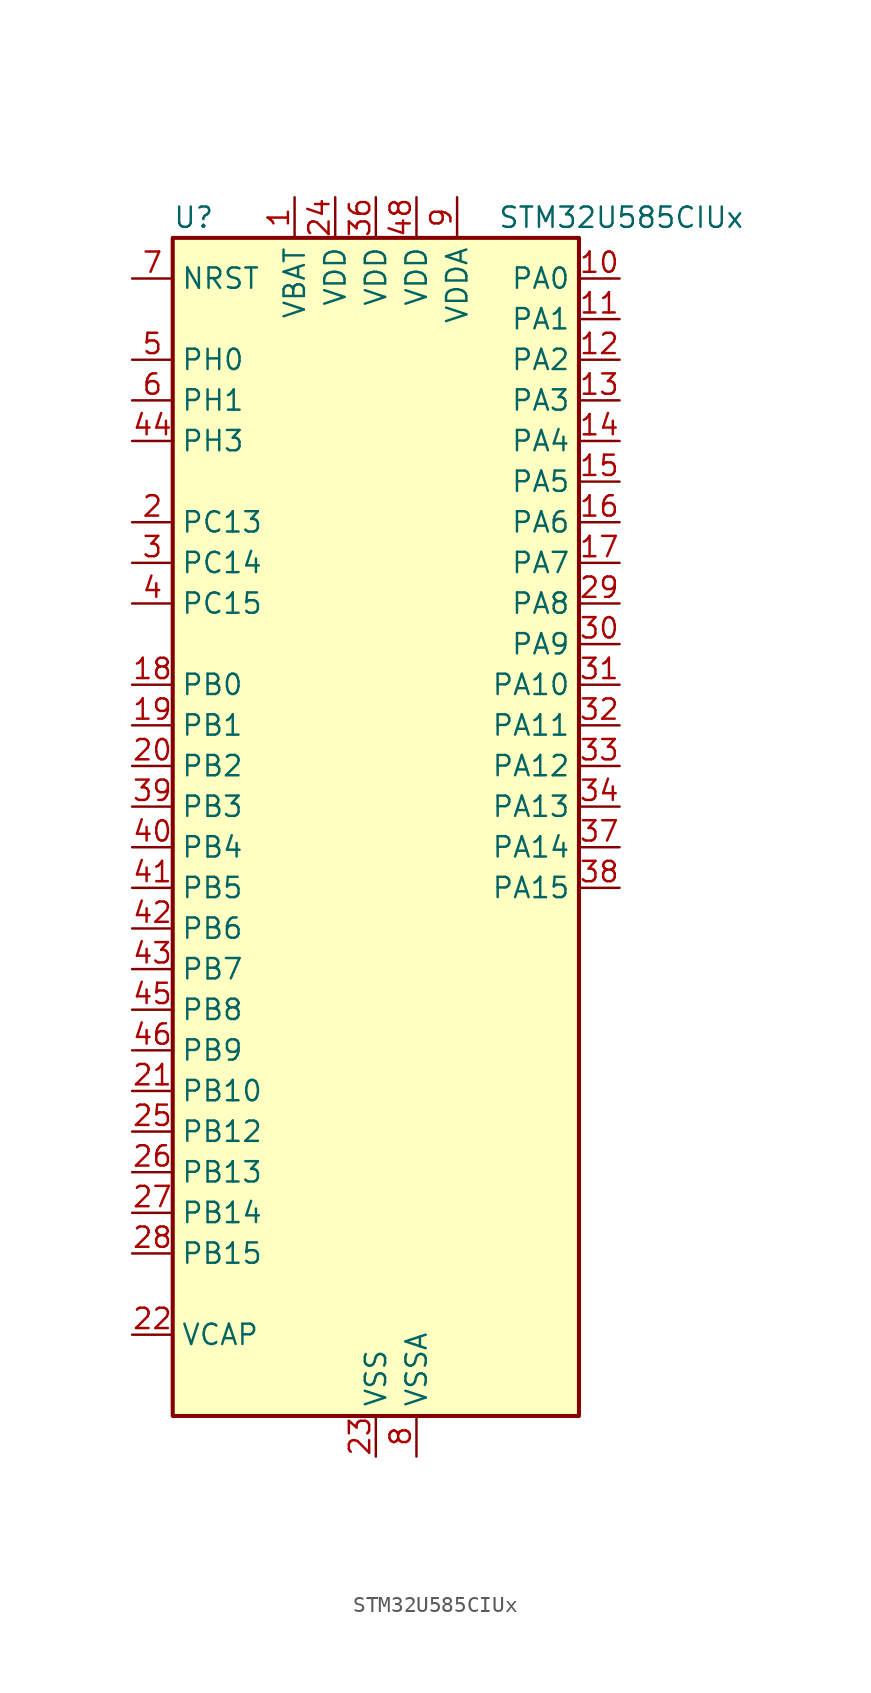
<source format=kicad_sym>
(kicad_symbol_lib
  (version 20220914)
  (generator kicad_symbol_editor)
  (symbol "STM32U585CIUx"
    (property "Reference" "U"
      (at -12.7 39.37 0)
      (effects (font (size 1.27 1.27)) (justify left)))
    (property "Value" "STM32U585CIUx"
      (at 7.62 39.37 0)
      (effects (font (size 1.27 1.27)) (justify left)))
    (property "ki_locked" ""
      (at 0 0 0)
      (effects (font (size 1.27 1.27))))
    (symbol "STM32U585CIUx_0_1"
      (rectangle (start -12.7 -35.56) (end 12.7 38.1) (stroke (width 0.254) (type default)) (fill (type background))))
    (symbol "STM32U585CIUx_1_1"
      (pin power_in line (at -5.08 40.64 270) (length 2.54) (name "VBAT" (effects (font (size 1.27 1.27)))) (number "1" (effects (font (size 1.27 1.27)))))
      (pin bidirectional line (at 15.24 35.56 180) (length 2.54) (name "PA0" (effects (font (size 1.27 1.27)))) (number "10" (effects (font (size 1.27 1.27)))) (alternate "ADC1_IN5" bidirectional line) (alternate "AUDIOCLK" bidirectional line) (alternate "OCTOSPIM_P2_NCS" bidirectional line) (alternate "OPAMP1_VINP" bidirectional line) (alternate "PWR_WKUP1" bidirectional line) (alternate "SPI3_RDY" bidirectional line) (alternate "TAMP_IN2" bidirectional line) (alternate "TAMP_OUT1" bidirectional line) (alternate "TIM2_CH1" bidirectional line) (alternate "TIM2_ETR" bidirectional line) (alternate "TIM5_CH1" bidirectional line) (alternate "TIM8_ETR" bidirectional line) (alternate "UART4_TX" bidirectional line) (alternate "USART2_CTS" bidirectional line))
      (pin bidirectional line (at 15.24 33.02 180) (length 2.54) (name "PA1" (effects (font (size 1.27 1.27)))) (number "11" (effects (font (size 1.27 1.27)))) (alternate "ADC1_IN6" bidirectional line) (alternate "I2C1_SMBA" bidirectional line) (alternate "LPTIM1_CH2" bidirectional line) (alternate "OCTOSPIM_P1_DQS" bidirectional line) (alternate "OPAMP1_VINM" bidirectional line) (alternate "PWR_WKUP3" bidirectional line) (alternate "SPI1_SCK" bidirectional line) (alternate "TAMP_IN5" bidirectional line) (alternate "TAMP_OUT4" bidirectional line) (alternate "TIM15_CH1N" bidirectional line) (alternate "TIM2_CH2" bidirectional line) (alternate "TIM5_CH2" bidirectional line) (alternate "UART4_RX" bidirectional line) (alternate "USART2_DE" bidirectional line) (alternate "USART2_RTS" bidirectional line))
      (pin bidirectional line (at 15.24 30.48 180) (length 2.54) (name "PA2" (effects (font (size 1.27 1.27)))) (number "12" (effects (font (size 1.27 1.27)))) (alternate "ADC1_IN7" bidirectional line) (alternate "COMP1_INP" bidirectional line) (alternate "LPUART1_TX" bidirectional line) (alternate "OCTOSPIM_P1_NCS" bidirectional line) (alternate "PWR_WKUP4" bidirectional line) (alternate "RCC_LSCO" bidirectional line) (alternate "SPI1_RDY" bidirectional line) (alternate "TIM15_CH1" bidirectional line) (alternate "TIM2_CH3" bidirectional line) (alternate "TIM5_CH3" bidirectional line) (alternate "UCPD1_FRSTX1" bidirectional line) (alternate "USART2_TX" bidirectional line))
      (pin bidirectional line (at 15.24 27.94 180) (length 2.54) (name "PA3" (effects (font (size 1.27 1.27)))) (number "13" (effects (font (size 1.27 1.27)))) (alternate "ADC1_IN8" bidirectional line) (alternate "LPUART1_RX" bidirectional line) (alternate "OCTOSPIM_P1_CLK" bidirectional line) (alternate "OPAMP1_VOUT" bidirectional line) (alternate "PWR_WKUP5" bidirectional line) (alternate "SAI1_CK1" bidirectional line) (alternate "SAI1_MCLK_A" bidirectional line) (alternate "TIM15_CH2" bidirectional line) (alternate "TIM2_CH4" bidirectional line) (alternate "TIM5_CH4" bidirectional line) (alternate "USART2_RX" bidirectional line))
      (pin bidirectional line (at 15.24 25.4 180) (length 2.54) (name "PA4" (effects (font (size 1.27 1.27)))) (number "14" (effects (font (size 1.27 1.27)))) (alternate "ADC1_IN9" bidirectional line) (alternate "ADC4_IN9" bidirectional line) (alternate "DAC1_OUT1" bidirectional line) (alternate "LPTIM2_CH1" bidirectional line) (alternate "OCTOSPIM_P1_NCS" bidirectional line) (alternate "PWR_WKUP2" bidirectional line) (alternate "SAI1_FS_B" bidirectional line) (alternate "SPI1_NSS" bidirectional line) (alternate "SPI3_NSS" bidirectional line) (alternate "USART2_CK" bidirectional line))
      (pin bidirectional line (at 15.24 22.86 180) (length 2.54) (name "PA5" (effects (font (size 1.27 1.27)))) (number "15" (effects (font (size 1.27 1.27)))) (alternate "ADC1_IN10" bidirectional line) (alternate "ADC4_IN10" bidirectional line) (alternate "DAC1_OUT2" bidirectional line) (alternate "LPTIM2_ETR" bidirectional line) (alternate "PWR_CSLEEP" bidirectional line) (alternate "PWR_WKUP6" bidirectional line) (alternate "SPI1_SCK" bidirectional line) (alternate "TIM2_CH1" bidirectional line) (alternate "TIM2_ETR" bidirectional line) (alternate "TIM8_CH1N" bidirectional line) (alternate "USART3_RX" bidirectional line))
      (pin bidirectional line (at 15.24 20.32 180) (length 2.54) (name "PA6" (effects (font (size 1.27 1.27)))) (number "16" (effects (font (size 1.27 1.27)))) (alternate "ADC1_IN11" bidirectional line) (alternate "ADC4_IN11" bidirectional line) (alternate "LPUART1_CTS" bidirectional line) (alternate "OCTOSPIM_P1_IO3" bidirectional line) (alternate "OPAMP2_VINP" bidirectional line) (alternate "PWR_CDSTOP" bidirectional line) (alternate "PWR_WKUP7" bidirectional line) (alternate "SPI1_MISO" bidirectional line) (alternate "TIM16_CH1" bidirectional line) (alternate "TIM1_BKIN" bidirectional line) (alternate "TIM3_CH1" bidirectional line) (alternate "TIM8_BKIN" bidirectional line) (alternate "USART3_CTS" bidirectional line))
      (pin bidirectional line (at 15.24 17.78 180) (length 2.54) (name "PA7" (effects (font (size 1.27 1.27)))) (number "17" (effects (font (size 1.27 1.27)))) (alternate "ADC1_IN12" bidirectional line) (alternate "ADC4_IN20" bidirectional line) (alternate "I2C3_SCL" bidirectional line) (alternate "LPTIM2_CH2" bidirectional line) (alternate "OCTOSPIM_P1_IO2" bidirectional line) (alternate "OPAMP2_VINM" bidirectional line) (alternate "PWR_SRDSTOP" bidirectional line) (alternate "PWR_WKUP8" bidirectional line) (alternate "SPI1_MOSI" bidirectional line) (alternate "TIM17_CH1" bidirectional line) (alternate "TIM1_CH1N" bidirectional line) (alternate "TIM3_CH2" bidirectional line) (alternate "TIM8_CH1N" bidirectional line) (alternate "USART3_TX" bidirectional line))
      (pin bidirectional line (at -15.24 10.16 0) (length 2.54) (name "PB0" (effects (font (size 1.27 1.27)))) (number "18" (effects (font (size 1.27 1.27)))) (alternate "ADC1_IN15" bidirectional line) (alternate "ADC4_IN18" bidirectional line) (alternate "AUDIOCLK" bidirectional line) (alternate "COMP1_OUT" bidirectional line) (alternate "LPTIM3_CH1" bidirectional line) (alternate "OCTOSPIM_P1_IO1" bidirectional line) (alternate "OPAMP2_VOUT" bidirectional line) (alternate "SPI1_NSS" bidirectional line) (alternate "TIM1_CH2N" bidirectional line) (alternate "TIM3_CH3" bidirectional line) (alternate "TIM8_CH2N" bidirectional line) (alternate "USART3_CK" bidirectional line))
      (pin bidirectional line (at -15.24 7.62 0) (length 2.54) (name "PB1" (effects (font (size 1.27 1.27)))) (number "19" (effects (font (size 1.27 1.27)))) (alternate "ADC1_IN16" bidirectional line) (alternate "ADC4_IN19" bidirectional line) (alternate "COMP1_INM" bidirectional line) (alternate "LPTIM2_IN1" bidirectional line) (alternate "LPTIM3_CH2" bidirectional line) (alternate "LPUART1_DE" bidirectional line) (alternate "LPUART1_RTS" bidirectional line) (alternate "MDF1_SDI0" bidirectional line) (alternate "OCTOSPIM_P1_IO0" bidirectional line) (alternate "PWR_WKUP4" bidirectional line) (alternate "TIM1_CH3N" bidirectional line) (alternate "TIM3_CH4" bidirectional line) (alternate "TIM8_CH3N" bidirectional line) (alternate "USART3_DE" bidirectional line) (alternate "USART3_RTS" bidirectional line))
      (pin bidirectional line (at -15.24 20.32 0) (length 2.54) (name "PC13" (effects (font (size 1.27 1.27)))) (number "2" (effects (font (size 1.27 1.27)))) (alternate "PWR_WKUP2" bidirectional line) (alternate "RTC_OUT1" bidirectional line) (alternate "RTC_TS" bidirectional line) (alternate "TAMP_IN1" bidirectional line) (alternate "TAMP_OUT2" bidirectional line))
      (pin bidirectional line (at -15.24 5.08 0) (length 2.54) (name "PB2" (effects (font (size 1.27 1.27)))) (number "20" (effects (font (size 1.27 1.27)))) (alternate "ADC1_IN17" bidirectional line) (alternate "COMP1_INP" bidirectional line) (alternate "I2C3_SMBA" bidirectional line) (alternate "LPTIM1_CH1" bidirectional line) (alternate "MDF1_CKI0" bidirectional line) (alternate "OCTOSPIM_P1_DQS" bidirectional line) (alternate "PWR_WKUP1" bidirectional line) (alternate "RTC_OUT2" bidirectional line) (alternate "SPI1_RDY" bidirectional line) (alternate "TIM8_CH4N" bidirectional line) (alternate "UCPD1_FRSTX1" bidirectional line))
      (pin bidirectional line (at -15.24 -15.24 0) (length 2.54) (name "PB10" (effects (font (size 1.27 1.27)))) (number "21" (effects (font (size 1.27 1.27)))) (alternate "COMP1_OUT" bidirectional line) (alternate "I2C2_SCL" bidirectional line) (alternate "I2C4_SCL" bidirectional line) (alternate "LPTIM3_CH1" bidirectional line) (alternate "LPUART1_RX" bidirectional line) (alternate "OCTOSPIM_P1_CLK" bidirectional line) (alternate "PWR_WKUP8" bidirectional line) (alternate "SAI1_SCK_A" bidirectional line) (alternate "SPI2_SCK" bidirectional line) (alternate "TIM2_CH3" bidirectional line) (alternate "TSC_SYNC" bidirectional line) (alternate "USART3_TX" bidirectional line))
      (pin power_out line (at -15.24 -30.48 0) (length 2.54) (name "VCAP" (effects (font (size 1.27 1.27)))) (number "22" (effects (font (size 1.27 1.27)))))
      (pin power_in line (at 0 -38.1 90) (length 2.54) (name "VSS" (effects (font (size 1.27 1.27)))) (number "23" (effects (font (size 1.27 1.27)))))
      (pin power_in line (at -2.54 40.64 270) (length 2.54) (name "VDD" (effects (font (size 1.27 1.27)))) (number "24" (effects (font (size 1.27 1.27)))))
      (pin bidirectional line (at -15.24 -17.78 0) (length 2.54) (name "PB12" (effects (font (size 1.27 1.27)))) (number "25" (effects (font (size 1.27 1.27)))) (alternate "I2C2_SMBA" bidirectional line) (alternate "LPUART1_DE" bidirectional line) (alternate "LPUART1_RTS" bidirectional line) (alternate "MDF1_SDI1" bidirectional line) (alternate "OCTOSPIM_P1_NCLK" bidirectional line) (alternate "SPI2_NSS" bidirectional line) (alternate "TIM15_BKIN" bidirectional line) (alternate "TIM1_BKIN" bidirectional line) (alternate "TSC_G1_IO1" bidirectional line) (alternate "USART3_CK" bidirectional line))
      (pin bidirectional line (at -15.24 -20.32 0) (length 2.54) (name "PB13" (effects (font (size 1.27 1.27)))) (number "26" (effects (font (size 1.27 1.27)))) (alternate "I2C2_SCL" bidirectional line) (alternate "LPTIM3_IN1" bidirectional line) (alternate "LPUART1_CTS" bidirectional line) (alternate "MDF1_CKI1" bidirectional line) (alternate "SPI2_SCK" bidirectional line) (alternate "TIM15_CH1N" bidirectional line) (alternate "TIM1_CH1N" bidirectional line) (alternate "TSC_G1_IO2" bidirectional line) (alternate "USART3_CTS" bidirectional line))
      (pin bidirectional line (at -15.24 -22.86 0) (length 2.54) (name "PB14" (effects (font (size 1.27 1.27)))) (number "27" (effects (font (size 1.27 1.27)))) (alternate "I2C2_SDA" bidirectional line) (alternate "LPTIM3_ETR" bidirectional line) (alternate "MDF1_SDI2" bidirectional line) (alternate "SPI2_MISO" bidirectional line) (alternate "TIM15_CH1" bidirectional line) (alternate "TIM1_CH2N" bidirectional line) (alternate "TIM8_CH2N" bidirectional line) (alternate "TSC_G1_IO3" bidirectional line) (alternate "UCPD1_DBCC2" bidirectional line) (alternate "USART3_DE" bidirectional line) (alternate "USART3_RTS" bidirectional line))
      (pin bidirectional line (at -15.24 -25.4 0) (length 2.54) (name "PB15" (effects (font (size 1.27 1.27)))) (number "28" (effects (font (size 1.27 1.27)))) (alternate "ADC1_EXTI15" bidirectional line) (alternate "ADC4_EXTI15" bidirectional line) (alternate "LPTIM2_IN2" bidirectional line) (alternate "MDF1_CKI2" bidirectional line) (alternate "PWR_WKUP7" bidirectional line) (alternate "RTC_REFIN" bidirectional line) (alternate "SPI2_MOSI" bidirectional line) (alternate "TIM15_CH2" bidirectional line) (alternate "TIM1_CH3N" bidirectional line) (alternate "TIM8_CH3N" bidirectional line) (alternate "UCPD1_CC2" bidirectional line))
      (pin bidirectional line (at 15.24 15.24 180) (length 2.54) (name "PA8" (effects (font (size 1.27 1.27)))) (number "29" (effects (font (size 1.27 1.27)))) (alternate "DEBUG_TRACECLK" bidirectional line) (alternate "LPTIM2_CH1" bidirectional line) (alternate "RCC_MCO" bidirectional line) (alternate "SAI1_CK2" bidirectional line) (alternate "SAI1_SCK_A" bidirectional line) (alternate "SPI1_RDY" bidirectional line) (alternate "TIM1_CH1" bidirectional line) (alternate "USART1_CK" bidirectional line) (alternate "USB_OTG_FS_SOF" bidirectional line))
      (pin bidirectional line (at -15.24 17.78 0) (length 2.54) (name "PC14" (effects (font (size 1.27 1.27)))) (number "3" (effects (font (size 1.27 1.27)))) (alternate "RCC_OSC32_IN" bidirectional line))
      (pin bidirectional line (at 15.24 12.7 180) (length 2.54) (name "PA9" (effects (font (size 1.27 1.27)))) (number "30" (effects (font (size 1.27 1.27)))) (alternate "DAC1_EXTI9" bidirectional line) (alternate "SAI1_FS_A" bidirectional line) (alternate "SPI2_SCK" bidirectional line) (alternate "TIM15_BKIN" bidirectional line) (alternate "TIM1_CH2" bidirectional line) (alternate "USART1_TX" bidirectional line) (alternate "USB_OTG_FS_VBUS" bidirectional line))
      (pin bidirectional line (at 15.24 10.16 180) (length 2.54) (name "PA10" (effects (font (size 1.27 1.27)))) (number "31" (effects (font (size 1.27 1.27)))) (alternate "CRS_SYNC" bidirectional line) (alternate "LPTIM2_IN2" bidirectional line) (alternate "SAI1_D1" bidirectional line) (alternate "SAI1_SD_A" bidirectional line) (alternate "TIM17_BKIN" bidirectional line) (alternate "TIM1_CH3" bidirectional line) (alternate "USART1_RX" bidirectional line) (alternate "USB_OTG_FS_ID" bidirectional line))
      (pin bidirectional line (at 15.24 7.62 180) (length 2.54) (name "PA11" (effects (font (size 1.27 1.27)))) (number "32" (effects (font (size 1.27 1.27)))) (alternate "ADC1_EXTI11" bidirectional line) (alternate "FDCAN1_RX" bidirectional line) (alternate "SPI1_MISO" bidirectional line) (alternate "TIM1_BKIN2" bidirectional line) (alternate "TIM1_CH4" bidirectional line) (alternate "USART1_CTS" bidirectional line) (alternate "USB_OTG_FS_DM" bidirectional line))
      (pin bidirectional line (at 15.24 5.08 180) (length 2.54) (name "PA12" (effects (font (size 1.27 1.27)))) (number "33" (effects (font (size 1.27 1.27)))) (alternate "FDCAN1_TX" bidirectional line) (alternate "OCTOSPIM_P2_NCS" bidirectional line) (alternate "SPI1_MOSI" bidirectional line) (alternate "TIM1_ETR" bidirectional line) (alternate "USART1_DE" bidirectional line) (alternate "USART1_RTS" bidirectional line) (alternate "USB_OTG_FS_DP" bidirectional line))
      (pin bidirectional line (at 15.24 2.54 180) (length 2.54) (name "PA13" (effects (font (size 1.27 1.27)))) (number "34" (effects (font (size 1.27 1.27)))) (alternate "DEBUG_JTMS-SWDIO" bidirectional line) (alternate "IR_OUT" bidirectional line) (alternate "SAI1_SD_B" bidirectional line) (alternate "USB_OTG_FS_NOE" bidirectional line))
      (pin passive line (at 0 -38.1 90) (length 2.54) hide (name "VSS" (effects (font (size 1.27 1.27)))) (number "35" (effects (font (size 1.27 1.27)))))
      (pin power_in line (at 0 40.64 270) (length 2.54) (name "VDD" (effects (font (size 1.27 1.27)))) (number "36" (effects (font (size 1.27 1.27)))))
      (pin bidirectional line (at 15.24 0 180) (length 2.54) (name "PA14" (effects (font (size 1.27 1.27)))) (number "37" (effects (font (size 1.27 1.27)))) (alternate "DEBUG_JTCK-SWCLK" bidirectional line) (alternate "I2C1_SMBA" bidirectional line) (alternate "I2C4_SMBA" bidirectional line) (alternate "LPTIM1_CH1" bidirectional line) (alternate "SAI1_FS_B" bidirectional line) (alternate "USB_OTG_FS_SOF" bidirectional line))
      (pin bidirectional line (at 15.24 -2.54 180) (length 2.54) (name "PA15" (effects (font (size 1.27 1.27)))) (number "38" (effects (font (size 1.27 1.27)))) (alternate "ADC1_EXTI15" bidirectional line) (alternate "ADC4_EXTI15" bidirectional line) (alternate "DEBUG_JTDI" bidirectional line) (alternate "SPI1_NSS" bidirectional line) (alternate "SPI3_NSS" bidirectional line) (alternate "TIM2_CH1" bidirectional line) (alternate "TIM2_ETR" bidirectional line) (alternate "UART4_DE" bidirectional line) (alternate "UART4_RTS" bidirectional line) (alternate "UCPD1_CC1" bidirectional line) (alternate "USART2_RX" bidirectional line) (alternate "USART3_DE" bidirectional line) (alternate "USART3_RTS" bidirectional line))
      (pin bidirectional line (at -15.24 2.54 0) (length 2.54) (name "PB3" (effects (font (size 1.27 1.27)))) (number "39" (effects (font (size 1.27 1.27)))) (alternate "ADF1_CCK0" bidirectional line) (alternate "COMP2_INM" bidirectional line) (alternate "CRS_SYNC" bidirectional line) (alternate "DEBUG_JTDO-SWO" bidirectional line) (alternate "I2C1_SDA" bidirectional line) (alternate "LPTIM1_CH1" bidirectional line) (alternate "SAI1_SCK_B" bidirectional line) (alternate "SPI1_SCK" bidirectional line) (alternate "SPI3_SCK" bidirectional line) (alternate "TIM2_CH2" bidirectional line) (alternate "USART1_DE" bidirectional line) (alternate "USART1_RTS" bidirectional line))
      (pin bidirectional line (at -15.24 15.24 0) (length 2.54) (name "PC15" (effects (font (size 1.27 1.27)))) (number "4" (effects (font (size 1.27 1.27)))) (alternate "ADC1_EXTI15" bidirectional line) (alternate "ADC4_EXTI15" bidirectional line) (alternate "RCC_OSC32_OUT" bidirectional line))
      (pin bidirectional line (at -15.24 0 0) (length 2.54) (name "PB4" (effects (font (size 1.27 1.27)))) (number "40" (effects (font (size 1.27 1.27)))) (alternate "ADF1_SDI0" bidirectional line) (alternate "COMP2_INP" bidirectional line) (alternate "DEBUG_JTRST" bidirectional line) (alternate "I2C3_SDA" bidirectional line) (alternate "LPTIM1_CH2" bidirectional line) (alternate "SAI1_MCLK_B" bidirectional line) (alternate "SPI1_MISO" bidirectional line) (alternate "SPI3_MISO" bidirectional line) (alternate "TIM17_BKIN" bidirectional line) (alternate "TIM3_CH1" bidirectional line) (alternate "TSC_G2_IO1" bidirectional line) (alternate "USART1_CTS" bidirectional line))
      (pin bidirectional line (at -15.24 -2.54 0) (length 2.54) (name "PB5" (effects (font (size 1.27 1.27)))) (number "41" (effects (font (size 1.27 1.27)))) (alternate "COMP2_OUT" bidirectional line) (alternate "I2C1_SMBA" bidirectional line) (alternate "LPTIM1_IN1" bidirectional line) (alternate "OCTOSPIM_P1_NCLK" bidirectional line) (alternate "PWR_WKUP6" bidirectional line) (alternate "SAI1_SD_B" bidirectional line) (alternate "SPI1_MOSI" bidirectional line) (alternate "SPI3_MOSI" bidirectional line) (alternate "TIM16_BKIN" bidirectional line) (alternate "TIM3_CH2" bidirectional line) (alternate "TSC_G2_IO2" bidirectional line) (alternate "UCPD1_DBCC1" bidirectional line) (alternate "USART1_CK" bidirectional line))
      (pin bidirectional line (at -15.24 -5.08 0) (length 2.54) (name "PB6" (effects (font (size 1.27 1.27)))) (number "42" (effects (font (size 1.27 1.27)))) (alternate "COMP2_INP" bidirectional line) (alternate "I2C1_SCL" bidirectional line) (alternate "I2C4_SCL" bidirectional line) (alternate "LPTIM1_ETR" bidirectional line) (alternate "MDF1_SDI5" bidirectional line) (alternate "PWR_WKUP3" bidirectional line) (alternate "SAI1_FS_B" bidirectional line) (alternate "TIM16_CH1N" bidirectional line) (alternate "TIM4_CH1" bidirectional line) (alternate "TIM8_BKIN2" bidirectional line) (alternate "TSC_G2_IO3" bidirectional line) (alternate "USART1_TX" bidirectional line))
      (pin bidirectional line (at -15.24 -7.62 0) (length 2.54) (name "PB7" (effects (font (size 1.27 1.27)))) (number "43" (effects (font (size 1.27 1.27)))) (alternate "COMP2_INM" bidirectional line) (alternate "I2C1_SDA" bidirectional line) (alternate "I2C4_SDA" bidirectional line) (alternate "LPTIM1_IN2" bidirectional line) (alternate "MDF1_CKI5" bidirectional line) (alternate "PWR_PVD_IN" bidirectional line) (alternate "PWR_WKUP4" bidirectional line) (alternate "TIM17_CH1N" bidirectional line) (alternate "TIM4_CH2" bidirectional line) (alternate "TIM8_BKIN" bidirectional line) (alternate "TSC_G2_IO4" bidirectional line) (alternate "UART4_CTS" bidirectional line) (alternate "USART1_RX" bidirectional line))
      (pin bidirectional line (at -15.24 25.4 0) (length 2.54) (name "PH3" (effects (font (size 1.27 1.27)))) (number "44" (effects (font (size 1.27 1.27)))))
      (pin bidirectional line (at -15.24 -10.16 0) (length 2.54) (name "PB8" (effects (font (size 1.27 1.27)))) (number "45" (effects (font (size 1.27 1.27)))) (alternate "FDCAN1_RX" bidirectional line) (alternate "I2C1_SCL" bidirectional line) (alternate "MDF1_CCK0" bidirectional line) (alternate "PWR_WKUP5" bidirectional line) (alternate "SAI1_CK1" bidirectional line) (alternate "SAI1_MCLK_A" bidirectional line) (alternate "SPI3_RDY" bidirectional line) (alternate "TIM16_CH1" bidirectional line) (alternate "TIM4_CH3" bidirectional line))
      (pin bidirectional line (at -15.24 -12.7 0) (length 2.54) (name "PB9" (effects (font (size 1.27 1.27)))) (number "46" (effects (font (size 1.27 1.27)))) (alternate "DAC1_EXTI9" bidirectional line) (alternate "FDCAN1_TX" bidirectional line) (alternate "I2C1_SDA" bidirectional line) (alternate "IR_OUT" bidirectional line) (alternate "SAI1_D2" bidirectional line) (alternate "SAI1_FS_A" bidirectional line) (alternate "SPI2_NSS" bidirectional line) (alternate "TIM17_CH1" bidirectional line) (alternate "TIM4_CH4" bidirectional line))
      (pin passive line (at 0 -38.1 90) (length 2.54) hide (name "VSS" (effects (font (size 1.27 1.27)))) (number "47" (effects (font (size 1.27 1.27)))))
      (pin power_in line (at 2.54 40.64 270) (length 2.54) (name "VDD" (effects (font (size 1.27 1.27)))) (number "48" (effects (font (size 1.27 1.27)))))
      (pin passive line (at 0 -38.1 90) (length 2.54) hide (name "VSS" (effects (font (size 1.27 1.27)))) (number "49" (effects (font (size 1.27 1.27)))))
      (pin bidirectional line (at -15.24 30.48 0) (length 2.54) (name "PH0" (effects (font (size 1.27 1.27)))) (number "5" (effects (font (size 1.27 1.27)))) (alternate "RCC_OSC_IN" bidirectional line))
      (pin bidirectional line (at -15.24 27.94 0) (length 2.54) (name "PH1" (effects (font (size 1.27 1.27)))) (number "6" (effects (font (size 1.27 1.27)))) (alternate "RCC_OSC_OUT" bidirectional line))
      (pin input line (at -15.24 35.56 0) (length 2.54) (name "NRST" (effects (font (size 1.27 1.27)))) (number "7" (effects (font (size 1.27 1.27)))))
      (pin power_in line (at 2.54 -38.1 90) (length 2.54) (name "VSSA" (effects (font (size 1.27 1.27)))) (number "8" (effects (font (size 1.27 1.27)))))
      (pin power_in line (at 5.08 40.64 270) (length 2.54) (name "VDDA" (effects (font (size 1.27 1.27)))) (number "9" (effects (font (size 1.27 1.27))))))))
</source>
